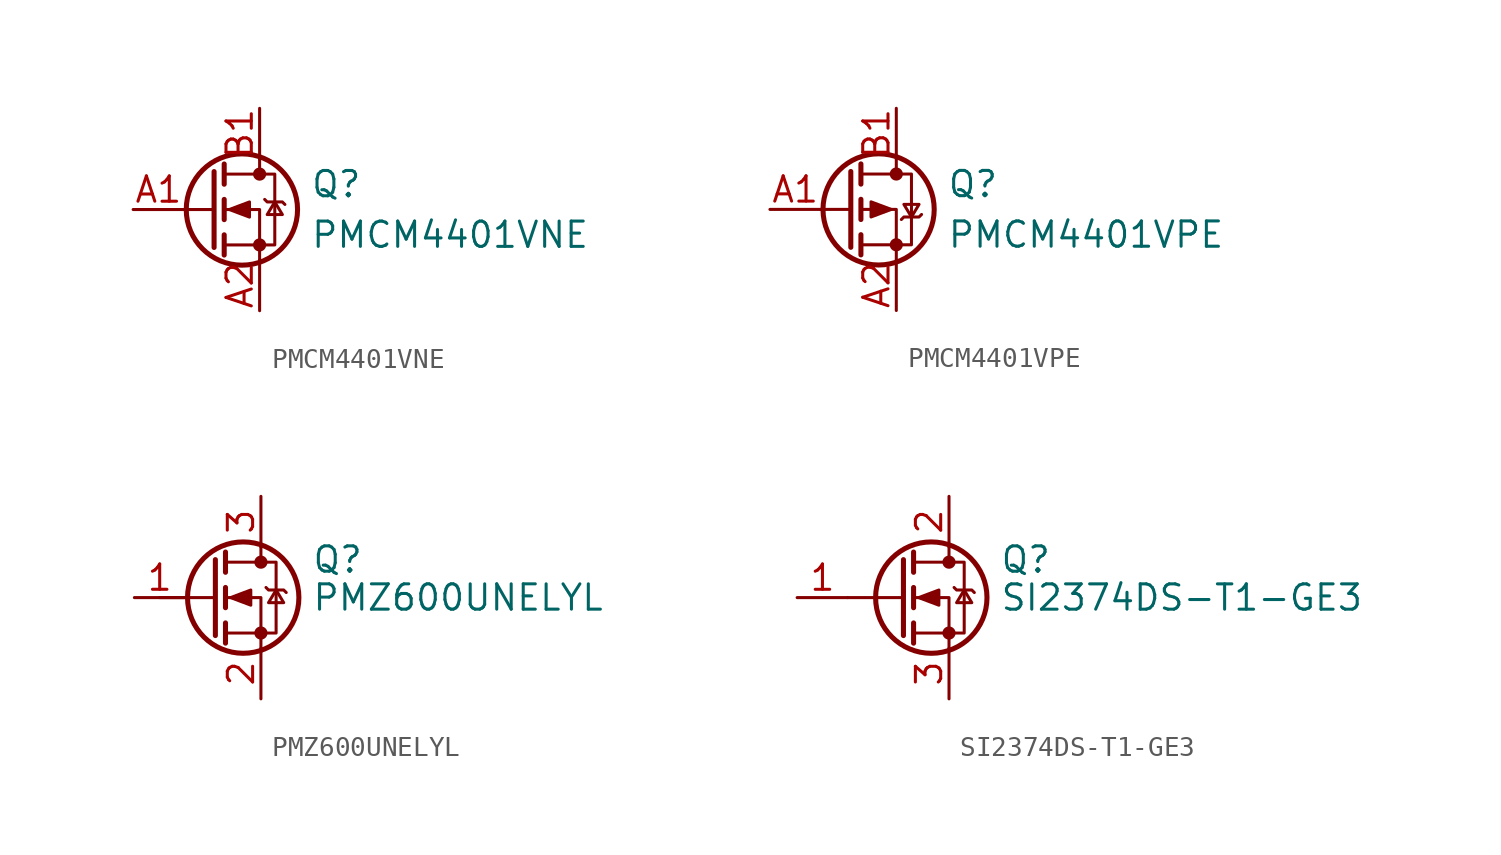
<source format=kicad_sym>
(kicad_symbol_lib
  (version 20211014)
  (generator kicad_symbol_editor)
  (symbol "PMCM4401VNE"
    (pin_names
      (offset 0) hide)
    (property "Reference" "Q"
      (at 5.08 1.27 0)
      (effects (font (size 1.27 1.27)) (justify left)))
    (property "Value" "PMCM4401VNE"
      (at 5.08 -1.27 0)
      (effects (font (size 1.27 1.27)) (justify left)))
    (symbol "PMCM4401VNE_0_1"
      (polyline (pts (xy 0.254 0) (xy -1.27 0)) (stroke (width 0) (type default) (color 0 0 0 0)) (fill (type none)))
      (polyline (pts (xy 0.254 1.905) (xy 0.254 -1.905)) (stroke (width 0.254) (type default) (color 0 0 0 0)) (fill (type none)))
      (polyline (pts (xy 0.762 -1.27) (xy 0.762 -2.286)) (stroke (width 0.254) (type default) (color 0 0 0 0)) (fill (type none)))
      (polyline (pts (xy 0.762 0.508) (xy 0.762 -0.508)) (stroke (width 0.254) (type default) (color 0 0 0 0)) (fill (type none)))
      (polyline (pts (xy 0.762 2.286) (xy 0.762 1.27)) (stroke (width 0.254) (type default) (color 0 0 0 0)) (fill (type none)))
      (polyline (pts (xy 2.54 2.54) (xy 2.54 1.778)) (stroke (width 0) (type default) (color 0 0 0 0)) (fill (type none)))
      (polyline (pts (xy 2.54 -2.54) (xy 2.54 0) (xy 0.762 0)) (stroke (width 0) (type default) (color 0 0 0 0)) (fill (type none)))
      (polyline (pts (xy 0.762 -1.778) (xy 3.302 -1.778) (xy 3.302 1.778) (xy 0.762 1.778)) (stroke (width 0) (type default) (color 0 0 0 0)) (fill (type none)))
      (polyline (pts (xy 1.016 0) (xy 2.032 0.381) (xy 2.032 -0.381) (xy 1.016 0)) (stroke (width 0) (type default) (color 0 0 0 0)) (fill (type outline)))
      (polyline (pts (xy 2.794 0.508) (xy 2.921 0.381) (xy 3.683 0.381) (xy 3.81 0.254)) (stroke (width 0) (type default) (color 0 0 0 0)) (fill (type none)))
      (polyline (pts (xy 3.302 0.381) (xy 2.921 -0.254) (xy 3.683 -0.254) (xy 3.302 0.381)) (stroke (width 0) (type default) (color 0 0 0 0)) (fill (type none)))
      (circle (center 1.651 0) (radius 2.794) (stroke (width 0.254) (type default) (color 0 0 0 0)) (fill (type none)))
      (circle (center 2.54 -1.778) (radius 0.254) (stroke (width 0) (type default) (color 0 0 0 0)) (fill (type outline)))
      (circle (center 2.54 1.778) (radius 0.254) (stroke (width 0) (type default) (color 0 0 0 0)) (fill (type outline))))
    (symbol "PMCM4401VNE_1_1"
      (pin input line (at -3.81 0 0) (length 2.54) (name "G" (effects (font (size 1.27 1.27)))) (number "A1" (effects (font (size 1.27 1.27)))))
      (pin passive line (at 2.54 -5.08 90) (length 2.54) (name "S" (effects (font (size 1.27 1.27)))) (number "A2" (effects (font (size 1.27 1.27)))))
      (pin passive line (at 2.54 5.08 270) (length 2.54) (name "D" (effects (font (size 1.27 1.27)))) (number "B1" (effects (font (size 1.27 1.27)))))))
  (symbol "PMCM4401VPE"
    (pin_names
      (offset 0) hide)
    (property "Reference" "Q"
      (at 5.08 1.27 0)
      (effects (font (size 1.27 1.27)) (justify left)))
    (property "Value" "PMCM4401VPE"
      (at 5.08 -1.27 0)
      (effects (font (size 1.27 1.27)) (justify left)))
    (symbol "PMCM4401VPE_0_1"
      (polyline (pts (xy 0.254 0) (xy -1.27 0)) (stroke (width 0) (type default) (color 0 0 0 0)) (fill (type none)))
      (polyline (pts (xy 0.254 1.905) (xy 0.254 -1.905)) (stroke (width 0.254) (type default) (color 0 0 0 0)) (fill (type none)))
      (polyline (pts (xy 0.762 -1.27) (xy 0.762 -2.286)) (stroke (width 0.254) (type default) (color 0 0 0 0)) (fill (type none)))
      (polyline (pts (xy 0.762 0.508) (xy 0.762 -0.508)) (stroke (width 0.254) (type default) (color 0 0 0 0)) (fill (type none)))
      (polyline (pts (xy 0.762 2.286) (xy 0.762 1.27)) (stroke (width 0.254) (type default) (color 0 0 0 0)) (fill (type none)))
      (polyline (pts (xy 2.54 2.54) (xy 2.54 1.778)) (stroke (width 0) (type default) (color 0 0 0 0)) (fill (type none)))
      (polyline (pts (xy 2.54 -2.54) (xy 2.54 0) (xy 0.762 0)) (stroke (width 0) (type default) (color 0 0 0 0)) (fill (type none)))
      (polyline (pts (xy 0.762 1.778) (xy 3.302 1.778) (xy 3.302 -1.778) (xy 0.762 -1.778)) (stroke (width 0) (type default) (color 0 0 0 0)) (fill (type none)))
      (polyline (pts (xy 2.286 0) (xy 1.27 0.381) (xy 1.27 -0.381) (xy 2.286 0)) (stroke (width 0) (type default) (color 0 0 0 0)) (fill (type outline)))
      (polyline (pts (xy 2.794 -0.508) (xy 2.921 -0.381) (xy 3.683 -0.381) (xy 3.81 -0.254)) (stroke (width 0) (type default) (color 0 0 0 0)) (fill (type none)))
      (polyline (pts (xy 3.302 -0.381) (xy 2.921 0.254) (xy 3.683 0.254) (xy 3.302 -0.381)) (stroke (width 0) (type default) (color 0 0 0 0)) (fill (type none)))
      (circle (center 1.651 0) (radius 2.794) (stroke (width 0.254) (type default) (color 0 0 0 0)) (fill (type none)))
      (circle (center 2.54 -1.778) (radius 0.254) (stroke (width 0) (type default) (color 0 0 0 0)) (fill (type outline)))
      (circle (center 2.54 1.778) (radius 0.254) (stroke (width 0) (type default) (color 0 0 0 0)) (fill (type outline))))
    (symbol "PMCM4401VPE_1_1"
      (pin input line (at -3.81 0 0) (length 2.54) (name "G" (effects (font (size 1.27 1.27)))) (number "A1" (effects (font (size 1.27 1.27)))))
      (pin passive line (at 2.54 -5.08 90) (length 2.54) (name "S" (effects (font (size 1.27 1.27)))) (number "A2" (effects (font (size 1.27 1.27)))))
      (pin passive line (at 2.54 5.08 270) (length 2.54) (name "D" (effects (font (size 1.27 1.27)))) (number "B1" (effects (font (size 1.27 1.27)))))))
  (symbol "PMZ600UNELYL"
    (pin_names hide)
    (property "Reference" "Q"
      (at 5.08 1.905 0)
      (effects (font (size 1.27 1.27)) (justify left)))
    (property "Value" "PMZ600UNELYL"
      (at 5.08 0 0)
      (effects (font (size 1.27 1.27)) (justify left)))
    (symbol "PMZ600UNELYL_0_1"
      (polyline (pts (xy 0.254 0) (xy -2.54 0)) (stroke (width 0) (type default) (color 0 0 0 0)) (fill (type none)))
      (polyline (pts (xy 0.254 1.905) (xy 0.254 -1.905)) (stroke (width 0.254) (type default) (color 0 0 0 0)) (fill (type none)))
      (polyline (pts (xy 0.762 -1.27) (xy 0.762 -2.286)) (stroke (width 0.254) (type default) (color 0 0 0 0)) (fill (type none)))
      (polyline (pts (xy 0.762 0.508) (xy 0.762 -0.508)) (stroke (width 0.254) (type default) (color 0 0 0 0)) (fill (type none)))
      (polyline (pts (xy 0.762 2.286) (xy 0.762 1.27)) (stroke (width 0.254) (type default) (color 0 0 0 0)) (fill (type none)))
      (polyline (pts (xy 2.54 2.54) (xy 2.54 1.778)) (stroke (width 0) (type default) (color 0 0 0 0)) (fill (type none)))
      (polyline (pts (xy 2.54 -2.54) (xy 2.54 0) (xy 0.762 0)) (stroke (width 0) (type default) (color 0 0 0 0)) (fill (type none)))
      (polyline (pts (xy 0.762 -1.778) (xy 3.302 -1.778) (xy 3.302 1.778) (xy 0.762 1.778)) (stroke (width 0) (type default) (color 0 0 0 0)) (fill (type none)))
      (polyline (pts (xy 1.016 0) (xy 2.032 0.381) (xy 2.032 -0.381) (xy 1.016 0)) (stroke (width 0) (type default) (color 0 0 0 0)) (fill (type outline)))
      (polyline (pts (xy 2.794 0.508) (xy 2.921 0.381) (xy 3.683 0.381) (xy 3.81 0.254)) (stroke (width 0) (type default) (color 0 0 0 0)) (fill (type none)))
      (polyline (pts (xy 3.302 0.381) (xy 2.921 -0.254) (xy 3.683 -0.254) (xy 3.302 0.381)) (stroke (width 0) (type default) (color 0 0 0 0)) (fill (type none)))
      (circle (center 1.651 0) (radius 2.794) (stroke (width 0.254) (type default) (color 0 0 0 0)) (fill (type none)))
      (circle (center 2.54 -1.778) (radius 0.254) (stroke (width 0) (type default) (color 0 0 0 0)) (fill (type outline)))
      (circle (center 2.54 1.778) (radius 0.254) (stroke (width 0) (type default) (color 0 0 0 0)) (fill (type outline))))
    (symbol "PMZ600UNELYL_1_1"
      (pin input line (at -3.81 0 0) (length 2.54) (name "G" (effects (font (size 1.27 1.27)))) (number "1" (effects (font (size 1.27 1.27)))))
      (pin passive line (at 2.54 -5.08 90) (length 2.54) (name "S" (effects (font (size 1.27 1.27)))) (number "2" (effects (font (size 1.27 1.27)))))
      (pin passive line (at 2.54 5.08 270) (length 2.54) (name "D" (effects (font (size 1.27 1.27)))) (number "3" (effects (font (size 1.27 1.27)))))))
  (symbol "SI2374DS-T1-GE3"
    (pin_names hide)
    (property "Reference" "Q"
      (at 5.08 1.905 0)
      (effects (font (size 1.27 1.27)) (justify left)))
    (property "Value" "SI2374DS-T1-GE3"
      (at 5.08 0 0)
      (effects (font (size 1.27 1.27)) (justify left)))
    (symbol "SI2374DS-T1-GE3_0_1"
      (polyline (pts (xy 0.254 0) (xy -2.54 0)) (stroke (width 0) (type default) (color 0 0 0 0)) (fill (type none)))
      (polyline (pts (xy 0.254 1.905) (xy 0.254 -1.905)) (stroke (width 0.254) (type default) (color 0 0 0 0)) (fill (type none)))
      (polyline (pts (xy 0.762 -1.27) (xy 0.762 -2.286)) (stroke (width 0.254) (type default) (color 0 0 0 0)) (fill (type none)))
      (polyline (pts (xy 0.762 0.508) (xy 0.762 -0.508)) (stroke (width 0.254) (type default) (color 0 0 0 0)) (fill (type none)))
      (polyline (pts (xy 0.762 2.286) (xy 0.762 1.27)) (stroke (width 0.254) (type default) (color 0 0 0 0)) (fill (type none)))
      (polyline (pts (xy 2.54 2.54) (xy 2.54 1.778)) (stroke (width 0) (type default) (color 0 0 0 0)) (fill (type none)))
      (polyline (pts (xy 2.54 -2.54) (xy 2.54 0) (xy 0.762 0)) (stroke (width 0) (type default) (color 0 0 0 0)) (fill (type none)))
      (polyline (pts (xy 0.762 -1.778) (xy 3.302 -1.778) (xy 3.302 1.778) (xy 0.762 1.778)) (stroke (width 0) (type default) (color 0 0 0 0)) (fill (type none)))
      (polyline (pts (xy 1.016 0) (xy 2.032 0.381) (xy 2.032 -0.381) (xy 1.016 0)) (stroke (width 0) (type default) (color 0 0 0 0)) (fill (type outline)))
      (polyline (pts (xy 2.794 0.508) (xy 2.921 0.381) (xy 3.683 0.381) (xy 3.81 0.254)) (stroke (width 0) (type default) (color 0 0 0 0)) (fill (type none)))
      (polyline (pts (xy 3.302 0.381) (xy 2.921 -0.254) (xy 3.683 -0.254) (xy 3.302 0.381)) (stroke (width 0) (type default) (color 0 0 0 0)) (fill (type none)))
      (circle (center 1.651 0) (radius 2.794) (stroke (width 0.254) (type default) (color 0 0 0 0)) (fill (type none)))
      (circle (center 2.54 -1.778) (radius 0.254) (stroke (width 0) (type default) (color 0 0 0 0)) (fill (type outline)))
      (circle (center 2.54 1.778) (radius 0.254) (stroke (width 0) (type default) (color 0 0 0 0)) (fill (type outline))))
    (symbol "SI2374DS-T1-GE3_1_1"
      (pin input line (at -5.08 0 0) (length 2.54) (name "G" (effects (font (size 1.27 1.27)))) (number "1" (effects (font (size 1.27 1.27)))))
      (pin passive line (at 2.54 5.08 270) (length 2.54) (name "D" (effects (font (size 1.27 1.27)))) (number "2" (effects (font (size 1.27 1.27)))))
      (pin passive line (at 2.54 -5.08 90) (length 2.54) (name "S" (effects (font (size 1.27 1.27)))) (number "3" (effects (font (size 1.27 1.27))))))))
</source>
